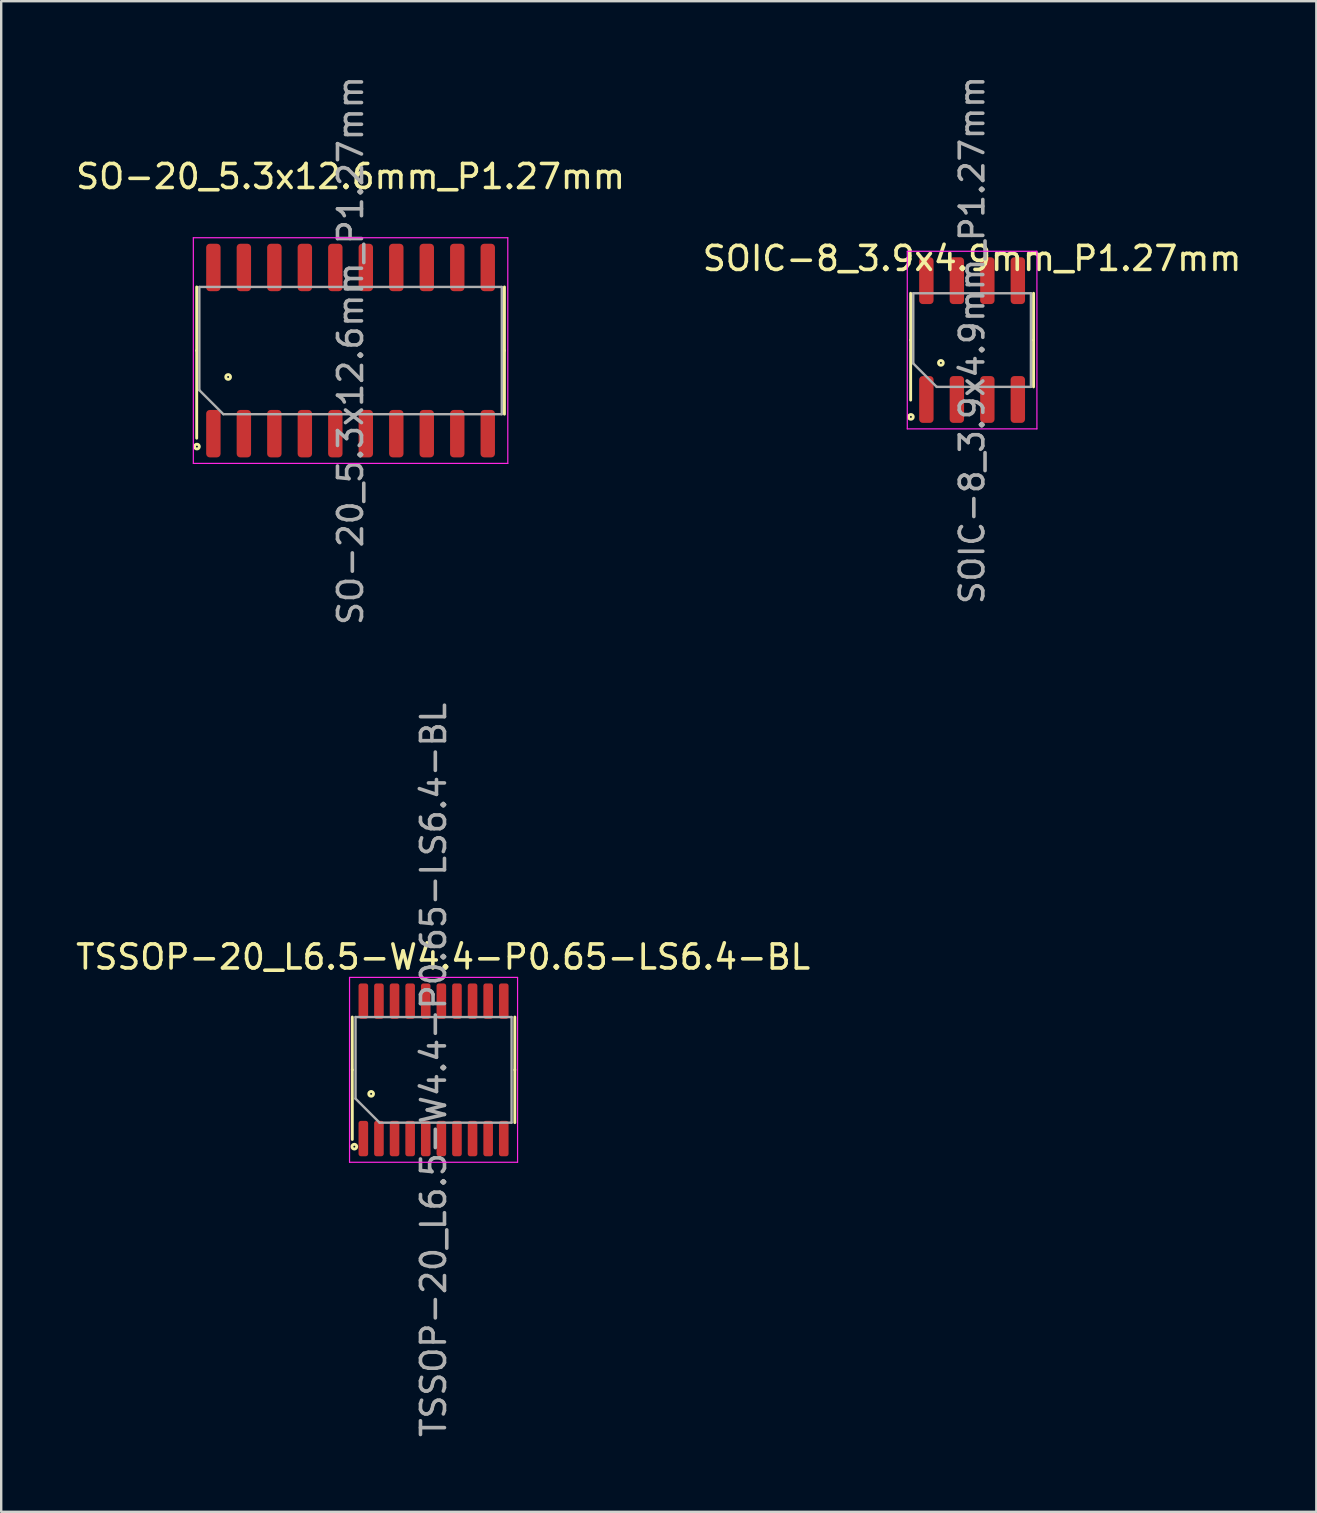
<source format=kicad_pcb>
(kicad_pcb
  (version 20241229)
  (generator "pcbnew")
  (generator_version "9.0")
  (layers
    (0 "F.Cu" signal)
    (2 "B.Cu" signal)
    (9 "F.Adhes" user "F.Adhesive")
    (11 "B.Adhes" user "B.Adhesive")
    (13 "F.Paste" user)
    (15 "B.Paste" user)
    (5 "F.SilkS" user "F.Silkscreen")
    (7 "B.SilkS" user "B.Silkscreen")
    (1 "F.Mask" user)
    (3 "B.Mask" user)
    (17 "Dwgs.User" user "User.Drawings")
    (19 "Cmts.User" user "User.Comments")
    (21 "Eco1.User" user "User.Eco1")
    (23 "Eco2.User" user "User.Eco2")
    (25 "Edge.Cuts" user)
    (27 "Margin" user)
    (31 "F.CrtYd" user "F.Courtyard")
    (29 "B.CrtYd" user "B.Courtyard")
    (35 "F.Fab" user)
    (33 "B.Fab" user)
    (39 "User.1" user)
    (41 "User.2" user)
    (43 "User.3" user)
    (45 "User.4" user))
  (footprint "TSSOP-20_L6.5-W4.4-P0.65-LS6.4-BL"
    (layer "F.Cu")
    (at 15.011 41.518)
    (property "Reference" "TSSOP-20_L6.5-W4.4-P0.65-LS6.4-BL" (at 0.4 -4.7 0) (layer "F.SilkS") (effects (font (size 1 1) (thickness 0.15))))
    (attr smd)
    (fp_line (start -3.385 0) (end -3.385 -2.2) (stroke (width 0.12) (type solid)) (layer "F.SilkS"))
    (fp_line (start -3.385 0) (end -3.385 2.9) (stroke (width 0.12) (type solid)) (layer "F.SilkS"))
    (fp_line (start 3.385 0) (end 3.385 -2.2) (stroke (width 0.12) (type solid)) (layer "F.SilkS"))
    (fp_line (start 3.385 0) (end 3.385 2.2) (stroke (width 0.12) (type solid)) (layer "F.SilkS"))
    (fp_circle (center -3.3 3.2) (end -3.2 3.2) (stroke (width 0.12) (type solid)) (fill no) (layer "F.SilkS"))
    (fp_circle (center -2.6 1) (end -2.5 1) (stroke (width 0.12) (type solid)) (fill no) (layer "F.SilkS"))
    (fp_line (start -3.5 -3.85) (end -3.5 3.85) (stroke (width 0.05) (type solid)) (layer "F.CrtYd"))
    (fp_line (start -3.5 3.85) (end 3.5 3.85) (stroke (width 0.05) (type solid)) (layer "F.CrtYd"))
    (fp_line (start 3.5 -3.85) (end -3.5 -3.85) (stroke (width 0.05) (type solid)) (layer "F.CrtYd"))
    (fp_line (start 3.5 3.85) (end 3.5 -3.85) (stroke (width 0.05) (type solid)) (layer "F.CrtYd"))
    (fp_line (start -3.25 -2.2) (end 3.25 -2.2) (stroke (width 0.1) (type solid)) (layer "F.Fab"))
    (fp_line (start -3.25 1.2) (end -3.25 -2.2) (stroke (width 0.1) (type solid)) (layer "F.Fab"))
    (fp_line (start -2.25 2.2) (end -3.25 1.2) (stroke (width 0.1) (type solid)) (layer "F.Fab"))
    (fp_line (start 3.25 -2.2) (end 3.25 2.2) (stroke (width 0.1) (type solid)) (layer "F.Fab"))
    (fp_line (start 3.25 2.2) (end -2.25 2.2) (stroke (width 0.1) (type solid)) (layer "F.Fab"))
    (fp_text user "${REFERENCE}" (at 0 0 90) (layer "F.Fab") (effects (font (size 1 1) (thickness 0.15))))
    (pad "1" smd roundrect (at -2.925 2.862 90) (size 1.475 0.4) (layers "F.Cu" "F.Mask" "F.Paste") (roundrect_rratio 0.25))
    (pad "2" smd roundrect (at -2.275 2.862 90) (size 1.475 0.4) (layers "F.Cu" "F.Mask" "F.Paste") (roundrect_rratio 0.25))
    (pad "3" smd roundrect (at -1.625 2.862 90) (size 1.475 0.4) (layers "F.Cu" "F.Mask" "F.Paste") (roundrect_rratio 0.25))
    (pad "4" smd roundrect (at -0.975 2.862 90) (size 1.475 0.4) (layers "F.Cu" "F.Mask" "F.Paste") (roundrect_rratio 0.25))
    (pad "5" smd roundrect (at -0.325 2.862 90) (size 1.475 0.4) (layers "F.Cu" "F.Mask" "F.Paste") (roundrect_rratio 0.25))
    (pad "6" smd roundrect (at 0.325 2.862 90) (size 1.475 0.4) (layers "F.Cu" "F.Mask" "F.Paste") (roundrect_rratio 0.25))
    (pad "7" smd roundrect (at 0.975 2.862 90) (size 1.475 0.4) (layers "F.Cu" "F.Mask" "F.Paste") (roundrect_rratio 0.25))
    (pad "8" smd roundrect (at 1.625 2.862 90) (size 1.475 0.4) (layers "F.Cu" "F.Mask" "F.Paste") (roundrect_rratio 0.25))
    (pad "9" smd roundrect (at 2.275 2.862 90) (size 1.475 0.4) (layers "F.Cu" "F.Mask" "F.Paste") (roundrect_rratio 0.25))
    (pad "10" smd roundrect (at 2.925 2.862 90) (size 1.475 0.4) (layers "F.Cu" "F.Mask" "F.Paste") (roundrect_rratio 0.25))
    (pad "11" smd roundrect (at 2.925 -2.862 90) (size 1.475 0.4) (layers "F.Cu" "F.Mask" "F.Paste") (roundrect_rratio 0.25))
    (pad "12" smd roundrect (at 2.275 -2.862 90) (size 1.475 0.4) (layers "F.Cu" "F.Mask" "F.Paste") (roundrect_rratio 0.25))
    (pad "13" smd roundrect (at 1.625 -2.862 90) (size 1.475 0.4) (layers "F.Cu" "F.Mask" "F.Paste") (roundrect_rratio 0.25))
    (pad "14" smd roundrect (at 0.975 -2.862 90) (size 1.475 0.4) (layers "F.Cu" "F.Mask" "F.Paste") (roundrect_rratio 0.25))
    (pad "15" smd roundrect (at 0.325 -2.862 90) (size 1.475 0.4) (layers "F.Cu" "F.Mask" "F.Paste") (roundrect_rratio 0.25))
    (pad "16" smd roundrect (at -0.325 -2.862 90) (size 1.475 0.4) (layers "F.Cu" "F.Mask" "F.Paste") (roundrect_rratio 0.25))
    (pad "17" smd roundrect (at -0.975 -2.862 90) (size 1.475 0.4) (layers "F.Cu" "F.Mask" "F.Paste") (roundrect_rratio 0.25))
    (pad "18" smd roundrect (at -1.625 -2.862 90) (size 1.475 0.4) (layers "F.Cu" "F.Mask" "F.Paste") (roundrect_rratio 0.25))
    (pad "19" smd roundrect (at -2.275 -2.862 90) (size 1.475 0.4) (layers "F.Cu" "F.Mask" "F.Paste") (roundrect_rratio 0.25))
    (pad "20" smd roundrect (at -2.925 -2.862 90) (size 1.475 0.4) (layers "F.Cu" "F.Mask" "F.Paste") (roundrect_rratio 0.25)))
  (footprint "SO-20_5.3x12.6mm_P1.27mm"
    (layer "F.Cu")
    (at 11.554 11.554)
    (property "Reference" "SO-20_5.3x12.6mm_P1.27mm" (at 0 -7.25 0) (layer "F.SilkS") (effects (font (size 1 1) (thickness 0.15))))
    (attr smd)
    (fp_line (start -6.41 0) (end -6.41 -2.65) (stroke (width 0.12) (type solid)) (layer "F.SilkS"))
    (fp_line (start -6.41 0) (end -6.41 3.65) (stroke (width 0.12) (type solid)) (layer "F.SilkS"))
    (fp_line (start 6.41 0) (end 6.41 -2.65) (stroke (width 0.12) (type solid)) (layer "F.SilkS"))
    (fp_line (start 6.41 0) (end 6.41 2.65) (stroke (width 0.12) (type solid)) (layer "F.SilkS"))
    (fp_circle (center -6.4 4) (end -6.3 4) (stroke (width 0.12) (type solid)) (fill no) (layer "F.SilkS"))
    (fp_circle (center -5.1 1.1) (end -5 1.1) (stroke (width 0.12) (type solid)) (fill no) (layer "F.SilkS"))
    (fp_line (start -6.55 -4.7) (end -6.55 4.7) (stroke (width 0.05) (type solid)) (layer "F.CrtYd"))
    (fp_line (start -6.55 4.7) (end 6.55 4.7) (stroke (width 0.05) (type solid)) (layer "F.CrtYd"))
    (fp_line (start 6.55 -4.7) (end -6.55 -4.7) (stroke (width 0.05) (type solid)) (layer "F.CrtYd"))
    (fp_line (start 6.55 4.7) (end 6.55 -4.7) (stroke (width 0.05) (type solid)) (layer "F.CrtYd"))
    (fp_line (start -6.3 -2.65) (end 6.3 -2.65) (stroke (width 0.1) (type solid)) (layer "F.Fab"))
    (fp_line (start -6.3 1.65) (end -6.3 -2.65) (stroke (width 0.1) (type solid)) (layer "F.Fab"))
    (fp_line (start -5.3 2.65) (end -6.3 1.65) (stroke (width 0.1) (type solid)) (layer "F.Fab"))
    (fp_line (start 6.3 -2.65) (end 6.3 2.65) (stroke (width 0.1) (type solid)) (layer "F.Fab"))
    (fp_line (start 6.3 2.65) (end -5.3 2.65) (stroke (width 0.1) (type solid)) (layer "F.Fab"))
    (fp_text user "${REFERENCE}" (at 0 0 90) (layer "F.Fab") (effects (font (size 1 1) (thickness 0.15))))
    (pad "1" smd roundrect (at -5.715 3.462 90) (size 1.975 0.6) (layers "F.Cu" "F.Mask" "F.Paste") (roundrect_rratio 0.25))
    (pad "2" smd roundrect (at -4.445 3.462 90) (size 1.975 0.6) (layers "F.Cu" "F.Mask" "F.Paste") (roundrect_rratio 0.25))
    (pad "3" smd roundrect (at -3.175 3.462 90) (size 1.975 0.6) (layers "F.Cu" "F.Mask" "F.Paste") (roundrect_rratio 0.25))
    (pad "4" smd roundrect (at -1.905 3.462 90) (size 1.975 0.6) (layers "F.Cu" "F.Mask" "F.Paste") (roundrect_rratio 0.25))
    (pad "5" smd roundrect (at -0.635 3.462 90) (size 1.975 0.6) (layers "F.Cu" "F.Mask" "F.Paste") (roundrect_rratio 0.25))
    (pad "6" smd roundrect (at 0.635 3.462 90) (size 1.975 0.6) (layers "F.Cu" "F.Mask" "F.Paste") (roundrect_rratio 0.25))
    (pad "7" smd roundrect (at 1.905 3.462 90) (size 1.975 0.6) (layers "F.Cu" "F.Mask" "F.Paste") (roundrect_rratio 0.25))
    (pad "8" smd roundrect (at 3.175 3.462 90) (size 1.975 0.6) (layers "F.Cu" "F.Mask" "F.Paste") (roundrect_rratio 0.25))
    (pad "9" smd roundrect (at 4.445 3.462 90) (size 1.975 0.6) (layers "F.Cu" "F.Mask" "F.Paste") (roundrect_rratio 0.25))
    (pad "10" smd roundrect (at 5.715 3.462 90) (size 1.975 0.6) (layers "F.Cu" "F.Mask" "F.Paste") (roundrect_rratio 0.25))
    (pad "11" smd roundrect (at 5.715 -3.462 90) (size 1.975 0.6) (layers "F.Cu" "F.Mask" "F.Paste") (roundrect_rratio 0.25))
    (pad "12" smd roundrect (at 4.445 -3.462 90) (size 1.975 0.6) (layers "F.Cu" "F.Mask" "F.Paste") (roundrect_rratio 0.25))
    (pad "13" smd roundrect (at 3.175 -3.462 90) (size 1.975 0.6) (layers "F.Cu" "F.Mask" "F.Paste") (roundrect_rratio 0.25))
    (pad "14" smd roundrect (at 1.905 -3.462 90) (size 1.975 0.6) (layers "F.Cu" "F.Mask" "F.Paste") (roundrect_rratio 0.25))
    (pad "15" smd roundrect (at 0.635 -3.462 90) (size 1.975 0.6) (layers "F.Cu" "F.Mask" "F.Paste") (roundrect_rratio 0.25))
    (pad "16" smd roundrect (at -0.635 -3.462 90) (size 1.975 0.6) (layers "F.Cu" "F.Mask" "F.Paste") (roundrect_rratio 0.25))
    (pad "17" smd roundrect (at -1.905 -3.462 90) (size 1.975 0.6) (layers "F.Cu" "F.Mask" "F.Paste") (roundrect_rratio 0.25))
    (pad "18" smd roundrect (at -3.175 -3.462 90) (size 1.975 0.6) (layers "F.Cu" "F.Mask" "F.Paste") (roundrect_rratio 0.25))
    (pad "19" smd roundrect (at -4.445 -3.462 90) (size 1.975 0.6) (layers "F.Cu" "F.Mask" "F.Paste") (roundrect_rratio 0.25))
    (pad "20" smd roundrect (at -5.715 -3.462 90) (size 1.975 0.6) (layers "F.Cu" "F.Mask" "F.Paste") (roundrect_rratio 0.25)))
  (footprint "SOIC-8_3.9x4.9mm_P1.27mm"
    (layer "F.Cu")
    (at 37.446 11.117)
    (property "Reference" "SOIC-8_3.9x4.9mm_P1.27mm" (at 0 -3.4 0) (layer "F.SilkS") (effects (font (size 1 1) (thickness 0.15))))
    (attr smd)
    (fp_line (start -2.56 0) (end -2.56 -1.95) (stroke (width 0.12) (type solid)) (layer "F.SilkS"))
    (fp_line (start -2.56 0) (end -2.56 2.5) (stroke (width 0.12) (type solid)) (layer "F.SilkS"))
    (fp_line (start 2.56 0) (end 2.56 -1.95) (stroke (width 0.12) (type solid)) (layer "F.SilkS"))
    (fp_line (start 2.56 0) (end 2.56 1.95) (stroke (width 0.12) (type solid)) (layer "F.SilkS"))
    (fp_circle (center -2.55 3.2) (end -2.45 3.2) (stroke (width 0.12) (type solid)) (fill no) (layer "F.SilkS"))
    (fp_circle (center -1.3 0.95) (end -1.2 0.95) (stroke (width 0.12) (type solid)) (fill no) (layer "F.SilkS"))
    (fp_line (start -2.7 -3.7) (end -2.7 3.7) (stroke (width 0.05) (type solid)) (layer "F.CrtYd"))
    (fp_line (start -2.7 3.7) (end 2.7 3.7) (stroke (width 0.05) (type solid)) (layer "F.CrtYd"))
    (fp_line (start 2.7 -3.7) (end -2.7 -3.7) (stroke (width 0.05) (type solid)) (layer "F.CrtYd"))
    (fp_line (start 2.7 3.7) (end 2.7 -3.7) (stroke (width 0.05) (type solid)) (layer "F.CrtYd"))
    (fp_line (start -2.45 -1.95) (end 2.45 -1.95) (stroke (width 0.1) (type solid)) (layer "F.Fab"))
    (fp_line (start -2.45 0.975) (end -2.45 -1.95) (stroke (width 0.1) (type solid)) (layer "F.Fab"))
    (fp_line (start -1.475 1.95) (end -2.45 0.975) (stroke (width 0.1) (type solid)) (layer "F.Fab"))
    (fp_line (start 2.45 -1.95) (end 2.45 1.95) (stroke (width 0.1) (type solid)) (layer "F.Fab"))
    (fp_line (start 2.45 1.95) (end -1.475 1.95) (stroke (width 0.1) (type solid)) (layer "F.Fab"))
    (fp_text user "${REFERENCE}" (at 0 0 90) (layer "F.Fab") (effects (font (size 0.98 0.98) (thickness 0.15))))
    (pad "1" smd roundrect (at -1.905 2.475 90) (size 1.95 0.6) (layers "F.Cu" "F.Mask" "F.Paste") (roundrect_rratio 0.25))
    (pad "2" smd roundrect (at -0.635 2.475 90) (size 1.95 0.6) (layers "F.Cu" "F.Mask" "F.Paste") (roundrect_rratio 0.25))
    (pad "3" smd roundrect (at 0.635 2.475 90) (size 1.95 0.6) (layers "F.Cu" "F.Mask" "F.Paste") (roundrect_rratio 0.25))
    (pad "4" smd roundrect (at 1.905 2.475 90) (size 1.95 0.6) (layers "F.Cu" "F.Mask" "F.Paste") (roundrect_rratio 0.25))
    (pad "5" smd roundrect (at 1.905 -2.475 90) (size 1.95 0.6) (layers "F.Cu" "F.Mask" "F.Paste") (roundrect_rratio 0.25))
    (pad "6" smd roundrect (at 0.635 -2.475 90) (size 1.95 0.6) (layers "F.Cu" "F.Mask" "F.Paste") (roundrect_rratio 0.25))
    (pad "7" smd roundrect (at -0.635 -2.475 90) (size 1.95 0.6) (layers "F.Cu" "F.Mask" "F.Paste") (roundrect_rratio 0.25))
    (pad "8" smd roundrect (at -1.905 -2.475 90) (size 1.95 0.6) (layers "F.Cu" "F.Mask" "F.Paste") (roundrect_rratio 0.25)))
  (gr_rect
    (start -3 -3)
    (end 51.786 59.929)
    (stroke (width 0.1) (type default))
    (fill no)
    (layer "Edge.Cuts")))
</source>
